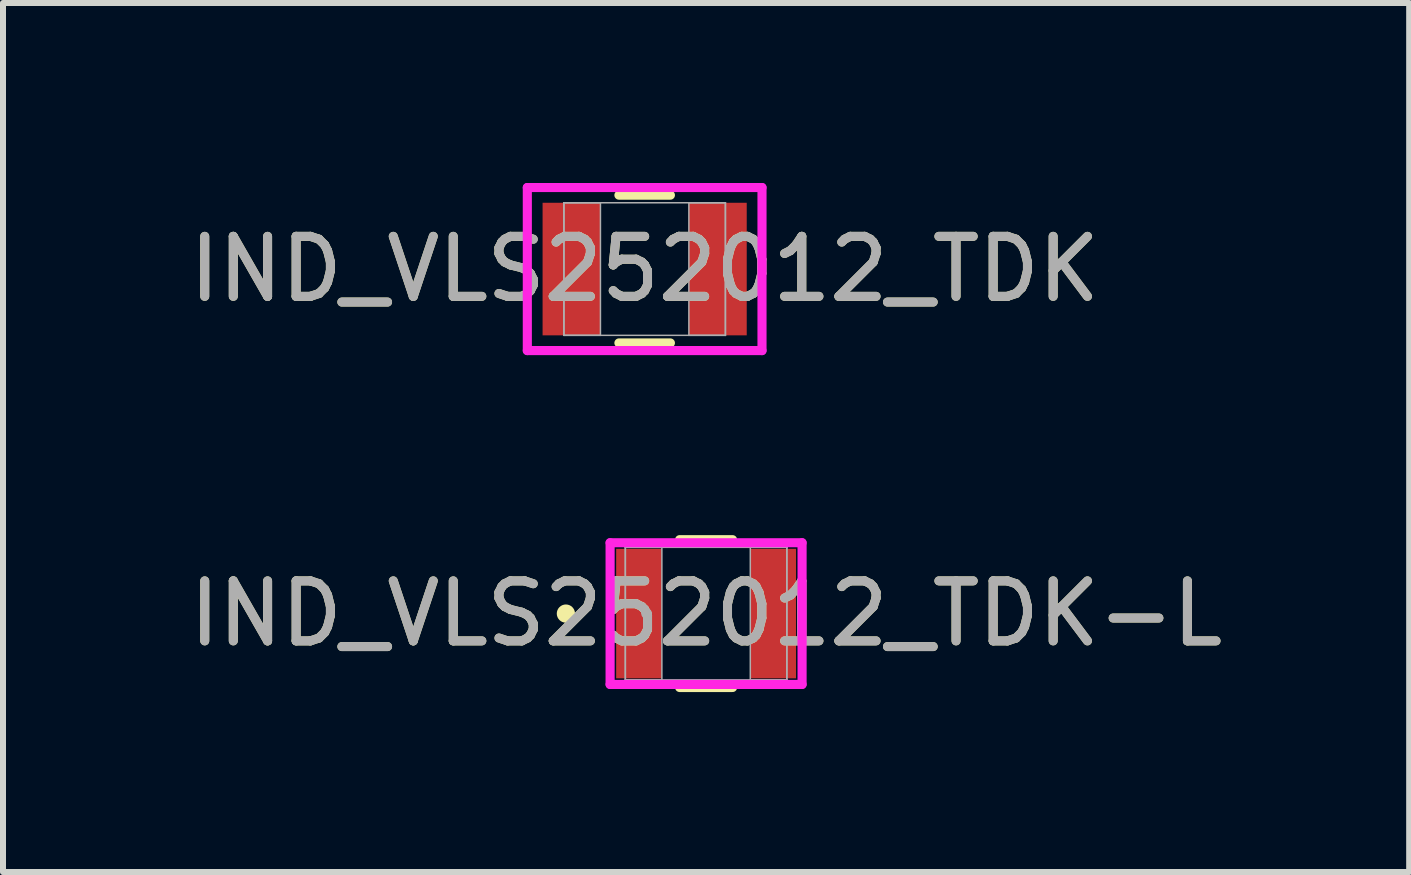
<source format=kicad_pcb>
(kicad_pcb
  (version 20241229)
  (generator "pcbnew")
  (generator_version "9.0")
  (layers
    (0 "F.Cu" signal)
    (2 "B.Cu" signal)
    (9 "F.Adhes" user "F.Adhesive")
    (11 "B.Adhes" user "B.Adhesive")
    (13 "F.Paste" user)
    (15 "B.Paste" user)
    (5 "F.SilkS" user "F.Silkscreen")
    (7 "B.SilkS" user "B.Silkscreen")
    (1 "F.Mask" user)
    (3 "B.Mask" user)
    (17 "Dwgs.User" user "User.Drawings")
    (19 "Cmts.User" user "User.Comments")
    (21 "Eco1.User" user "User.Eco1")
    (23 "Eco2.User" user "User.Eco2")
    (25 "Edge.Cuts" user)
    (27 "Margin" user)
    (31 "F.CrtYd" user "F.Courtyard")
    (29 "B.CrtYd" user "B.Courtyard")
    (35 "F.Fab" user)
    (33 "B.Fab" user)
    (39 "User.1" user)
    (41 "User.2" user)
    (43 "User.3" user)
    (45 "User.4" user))
  (footprint "IND_VLS252012_TDK"
    (layer "F.Cu")
    (at 7.696 1.435)
    (property "Reference" "IND_VLS252012_TDK" (at 0 0 0) (unlocked yes) (layer "F.SilkS") (effects (font (size 1 1) (thickness 0.15))))
    (attr smd)
    (fp_line (start -0.429 1.232) (end 0.429 1.232) (stroke (width 0.152) (type solid)) (layer "F.SilkS"))
    (fp_line (start 0.429 -1.232) (end -0.429 -1.232) (stroke (width 0.152) (type solid)) (layer "F.SilkS"))
    (fp_line (start -1.956 -1.359) (end 1.956 -1.359) (stroke (width 0.152) (type solid)) (layer "F.CrtYd"))
    (fp_line (start -1.956 1.359) (end -1.956 -1.359) (stroke (width 0.152) (type solid)) (layer "F.CrtYd"))
    (fp_line (start 1.956 -1.359) (end 1.956 1.359) (stroke (width 0.152) (type solid)) (layer "F.CrtYd"))
    (fp_line (start 1.956 1.359) (end -1.956 1.359) (stroke (width 0.152) (type solid)) (layer "F.CrtYd"))
    (fp_line (start -1.346 -1.105) (end -1.346 1.105) (stroke (width 0.025) (type solid)) (layer "F.Fab"))
    (fp_line (start -1.346 -1.105) (end -1.346 1.105) (stroke (width 0.025) (type solid)) (layer "F.Fab"))
    (fp_line (start -1.346 1.105) (end -0.737 1.105) (stroke (width 0.025) (type solid)) (layer "F.Fab"))
    (fp_line (start -1.346 1.105) (end 1.346 1.105) (stroke (width 0.025) (type solid)) (layer "F.Fab"))
    (fp_line (start -0.737 -1.105) (end -1.346 -1.105) (stroke (width 0.025) (type solid)) (layer "F.Fab"))
    (fp_line (start -0.737 1.105) (end -0.737 -1.105) (stroke (width 0.025) (type solid)) (layer "F.Fab"))
    (fp_line (start 0.737 -1.105) (end 0.737 1.105) (stroke (width 0.025) (type solid)) (layer "F.Fab"))
    (fp_line (start 0.737 1.105) (end 1.346 1.105) (stroke (width 0.025) (type solid)) (layer "F.Fab"))
    (fp_line (start 1.346 -1.105) (end -1.346 -1.105) (stroke (width 0.025) (type solid)) (layer "F.Fab"))
    (fp_line (start 1.346 -1.105) (end 0.737 -1.105) (stroke (width 0.025) (type solid)) (layer "F.Fab"))
    (fp_line (start 1.346 1.105) (end 1.346 -1.105) (stroke (width 0.025) (type solid)) (layer "F.Fab"))
    (fp_line (start 1.346 1.105) (end 1.346 -1.105) (stroke (width 0.025) (type solid)) (layer "F.Fab"))
    (fp_circle (center -1.092 0) (end -1.092 0) (stroke (width 0.025) (type solid)) (fill no) (layer "F.Fab"))
    (fp_text user "${REFERENCE}" (at 0 0 0) (unlocked yes) (layer "F.Fab") (effects (font (size 1 1) (thickness 0.15))))
    (pad "1" smd rect (at -1.219 0) (size 0.965 2.21) (layers "F.Cu" "F.Mask" "F.Paste"))
    (pad "2" smd rect (at 1.219 0) (size 0.965 2.21) (layers "F.Cu" "F.Mask" "F.Paste"))
    (zone (net_name "") (layer "F.Cu") (hatch full 0.508) (connect_pads) (min_thickness 0.254) (filled_areas_thickness no) (keepout (tracks not_allowed) (vias not_allowed) (pads allowed) (copperpour not_allowed) (footprints allowed)) (placement (enabled no)) (fill) (polygon (pts (xy 7.011 0.381) (xy 8.382 0.381) (xy 8.382 2.489) (xy 7.011 2.489)))))
  (footprint "IND_VLS252012_TDK-L"
    (layer "F.Cu")
    (at 8.72 7.178)
    (property "Reference" "IND_VLS252012_TDK-L" (at 0 0 0) (unlocked yes) (layer "F.SilkS") (effects (font (size 1 1) (thickness 0.15))))
    (attr smd)
    (fp_line (start -0.441 1.232) (end 0.441 1.232) (stroke (width 0.152) (type solid)) (layer "F.SilkS"))
    (fp_line (start 0.441 -1.232) (end -0.441 -1.232) (stroke (width 0.152) (type solid)) (layer "F.SilkS"))
    (fp_circle (center -2.337 0) (end -2.261 0) (stroke (width 0.152) (type solid)) (fill no) (layer "F.SilkS"))
    (fp_line (start -1.6 -1.181) (end 1.6 -1.181) (stroke (width 0.152) (type solid)) (layer "F.CrtYd"))
    (fp_line (start -1.6 1.181) (end -1.6 -1.181) (stroke (width 0.152) (type solid)) (layer "F.CrtYd"))
    (fp_line (start 1.6 -1.181) (end 1.6 1.181) (stroke (width 0.152) (type solid)) (layer "F.CrtYd"))
    (fp_line (start 1.6 1.181) (end -1.6 1.181) (stroke (width 0.152) (type solid)) (layer "F.CrtYd"))
    (fp_line (start -1.346 -1.105) (end -1.346 1.105) (stroke (width 0.025) (type solid)) (layer "F.Fab"))
    (fp_line (start -1.346 -1.105) (end -1.346 1.105) (stroke (width 0.025) (type solid)) (layer "F.Fab"))
    (fp_line (start -1.346 1.105) (end -0.737 1.105) (stroke (width 0.025) (type solid)) (layer "F.Fab"))
    (fp_line (start -1.346 1.105) (end 1.346 1.105) (stroke (width 0.025) (type solid)) (layer "F.Fab"))
    (fp_line (start -0.737 -1.105) (end -1.346 -1.105) (stroke (width 0.025) (type solid)) (layer "F.Fab"))
    (fp_line (start -0.737 1.105) (end -0.737 -1.105) (stroke (width 0.025) (type solid)) (layer "F.Fab"))
    (fp_line (start 0.737 -1.105) (end 0.737 1.105) (stroke (width 0.025) (type solid)) (layer "F.Fab"))
    (fp_line (start 0.737 1.105) (end 1.346 1.105) (stroke (width 0.025) (type solid)) (layer "F.Fab"))
    (fp_line (start 1.346 -1.105) (end -1.346 -1.105) (stroke (width 0.025) (type solid)) (layer "F.Fab"))
    (fp_line (start 1.346 -1.105) (end 0.737 -1.105) (stroke (width 0.025) (type solid)) (layer "F.Fab"))
    (fp_line (start 1.346 1.105) (end 1.346 -1.105) (stroke (width 0.025) (type solid)) (layer "F.Fab"))
    (fp_line (start 1.346 1.105) (end 1.346 -1.105) (stroke (width 0.025) (type solid)) (layer "F.Fab"))
    (fp_circle (center -0.991 0) (end -0.914 0) (stroke (width 0.025) (type solid)) (fill no) (layer "F.Fab"))
    (fp_text user "${REFERENCE}" (at 0 0 0) (unlocked yes) (layer "F.Fab") (effects (font (size 1 1) (thickness 0.15))))
    (pad "1" smd rect (at -1.118 0) (size 0.762 2.159) (layers "F.Cu" "F.Mask" "F.Paste"))
    (pad "2" smd rect (at 1.118 0) (size 0.762 2.159) (layers "F.Cu" "F.Mask" "F.Paste"))
    (zone (net_name "") (layer "F.Cu") (hatch full 0.508) (connect_pads) (min_thickness 0.254) (filled_areas_thickness no) (keepout (tracks not_allowed) (vias not_allowed) (pads allowed) (copperpour not_allowed) (footprints allowed)) (placement (enabled no)) (fill) (polygon (pts (xy 8.034 6.124) (xy 9.406 6.124) (xy 9.406 8.232) (xy 8.034 8.232)))))
  (gr_rect
    (start -3 -3)
    (end 20.44 11.486)
    (stroke (width 0.1) (type default))
    (fill no)
    (layer "Edge.Cuts")))
</source>
